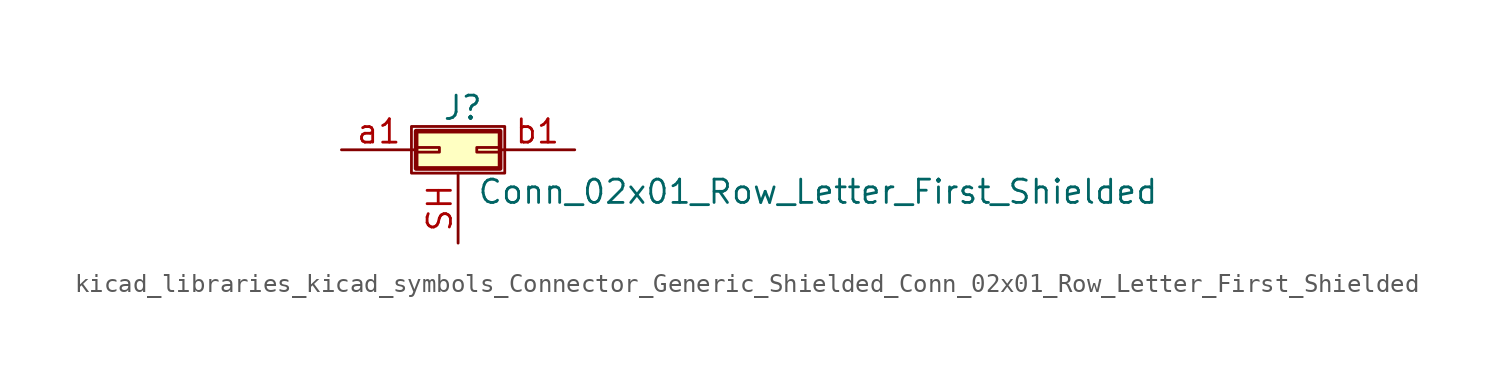
<source format=kicad_sym>
(kicad_symbol_lib
  (version 20220914)
  (generator kicad_symbol_editor)
  (symbol "kicad_libraries_kicad_symbols_Connector_Generic_Shielded_Conn_02x01_Row_Letter_First_Shielded"
    (pin_names
      (offset 1.016) hide)
    (property "Reference" "J"
      (at 1.524 2.286 0)
      (effects (font (size 1.27 1.27))))
    (property "Value" "Conn_02x01_Row_Letter_First_Shielded"
      (at 2.286 -2.286 0)
      (effects (font (size 1.27 1.27)) (justify left)))
    (symbol "kicad_libraries_kicad_symbols_Connector_Generic_Shielded_Conn_02x01_Row_Letter_First_Shielded_1_1"
      (rectangle (start -1.27 1.27) (end 3.81 -1.27) (stroke (width 0.152) (type default)) (fill (type none)))
      (rectangle (start -1.016 0.127) (end 0.254 -0.127) (stroke (width 0.152) (type default)) (fill (type none)))
      (rectangle (start -1.016 1.016) (end 3.556 -1.016) (stroke (width 0.254) (type default)) (fill (type background)))
      (rectangle (start 3.556 0.127) (end 2.286 -0.127) (stroke (width 0.152) (type default)) (fill (type none)))
      (pin passive line (at 1.27 -5.08 90) (length 3.81) (name "Shield" (effects (font (size 1.27 1.27)))) (number "SH" (effects (font (size 1.27 1.27)))))
      (pin passive line (at -5.08 0 0) (length 4.064) (name "Pin_a1" (effects (font (size 1.27 1.27)))) (number "a1" (effects (font (size 1.27 1.27)))))
      (pin passive line (at 7.62 0 180) (length 4.064) (name "Pin_b1" (effects (font (size 1.27 1.27)))) (number "b1" (effects (font (size 1.27 1.27))))))))
</source>
